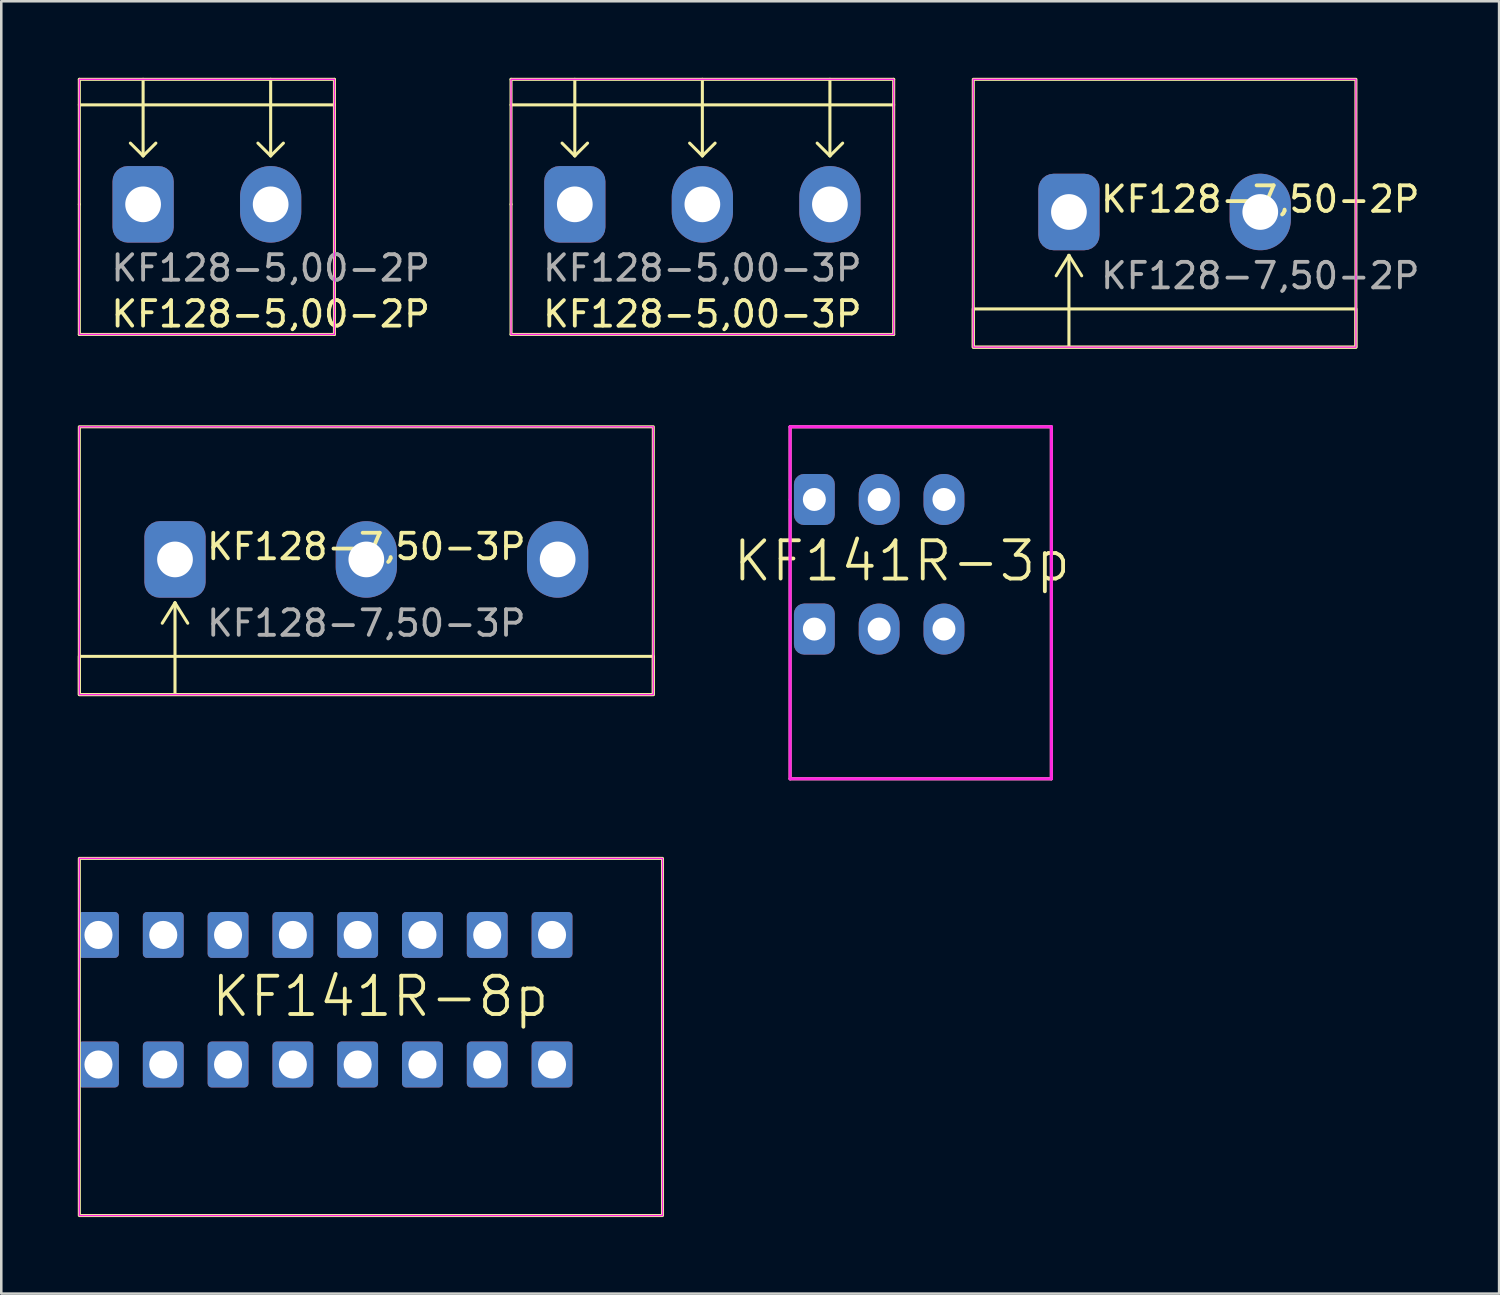
<source format=kicad_pcb>
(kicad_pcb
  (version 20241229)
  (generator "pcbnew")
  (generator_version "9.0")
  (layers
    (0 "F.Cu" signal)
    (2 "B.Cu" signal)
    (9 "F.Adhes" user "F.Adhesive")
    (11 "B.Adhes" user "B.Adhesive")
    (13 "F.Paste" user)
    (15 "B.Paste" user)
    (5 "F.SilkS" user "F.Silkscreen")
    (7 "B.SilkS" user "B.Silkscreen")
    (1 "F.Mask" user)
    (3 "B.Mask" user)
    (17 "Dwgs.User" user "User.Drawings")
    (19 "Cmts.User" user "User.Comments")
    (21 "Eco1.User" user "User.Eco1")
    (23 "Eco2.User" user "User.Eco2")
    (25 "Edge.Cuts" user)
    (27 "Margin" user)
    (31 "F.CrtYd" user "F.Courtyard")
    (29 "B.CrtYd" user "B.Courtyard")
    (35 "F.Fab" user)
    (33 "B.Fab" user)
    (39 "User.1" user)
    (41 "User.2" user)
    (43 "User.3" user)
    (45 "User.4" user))
  (footprint "KF128-7,50-3P"
    (layer "F.Cu")
    (at 11.31 18.88)
    (property "Reference" "KF128-7,50-3P" (at 0 -0.5 0) (unlocked yes) (layer "F.SilkS") (effects (font (size 1 1) (thickness 0.15))))
    (attr through_hole)
    (fp_line (start -7.5 1.7) (end -8 2.5) (stroke (width 0.12) (type solid)) (layer "F.SilkS"))
    (fp_line (start -7.5 1.7) (end -7 2.5) (stroke (width 0.12) (type solid)) (layer "F.SilkS"))
    (fp_line (start -7.5 5.25) (end -7.5 1.7) (stroke (width 0.12) (type solid)) (layer "F.SilkS"))
    (fp_rect (start -11.25 5.3) (end 11.25 3.8) (stroke (width 0.12) (type solid)) (fill no) (layer "F.SilkS"))
    (fp_rect (start 11.25 -5.2) (end -11.25 5.3) (stroke (width 0.12) (type solid)) (fill no) (layer "F.SilkS"))
    (fp_rect (start -11.25 -5.2) (end 11.25 5.3) (stroke (width 0.05) (type solid)) (fill no) (layer "F.CrtYd"))
    (fp_text user "${REFERENCE}" (at 0 2.5 0) (unlocked yes) (layer "F.Fab") (effects (font (size 1 1) (thickness 0.15))))
    (pad "1" thru_hole roundrect (at -7.5 0) (size 2.4 3) (drill 1.4) (layers "*.Cu" "*.Mask") (roundrect_rratio 0.25))
    (pad "2" thru_hole oval (at 0 0) (size 2.4 3) (drill 1.4) (layers "*.Cu" "*.Mask"))
    (pad "3" thru_hole oval (at 7.5 0) (size 2.4 3) (drill 1.4) (layers "*.Cu" "*.Mask")))
  (footprint "KF128-5,00-2P"
    (layer "F.Cu")
    (at 5.06 4.96)
    (property "Reference" "KF128-5,00-2P" (at 2.5 4.3 0) (unlocked yes) (layer "F.SilkS") (effects (font (size 1 1) (thickness 0.15))))
    (attr through_hole)
    (fp_line (start -5 -4.9) (end 5 -4.9) (stroke (width 0.12) (type solid)) (layer "F.SilkS"))
    (fp_line (start -5 -3.9) (end 5 -3.9) (stroke (width 0.12) (type solid)) (layer "F.SilkS"))
    (fp_line (start -5 0) (end -5 -4.9) (stroke (width 0.12) (type solid)) (layer "F.SilkS"))
    (fp_line (start -5 5.1) (end -5 0) (stroke (width 0.12) (type solid)) (layer "F.SilkS"))
    (fp_line (start -2.5 -4.9) (end -2.5 -1.9) (stroke (width 0.12) (type solid)) (layer "F.SilkS"))
    (fp_line (start -2.5 -1.9) (end -3 -2.4) (stroke (width 0.12) (type solid)) (layer "F.SilkS"))
    (fp_line (start -2.5 -1.9) (end -2 -2.4) (stroke (width 0.12) (type solid)) (layer "F.SilkS"))
    (fp_line (start 2.5 -4.9) (end 2.5 -1.9) (stroke (width 0.12) (type solid)) (layer "F.SilkS"))
    (fp_line (start 2.5 -1.9) (end 2 -2.4) (stroke (width 0.12) (type solid)) (layer "F.SilkS"))
    (fp_line (start 2.5 -1.9) (end 3 -2.4) (stroke (width 0.12) (type solid)) (layer "F.SilkS"))
    (fp_line (start 5 -4.9) (end 5 5.1) (stroke (width 0.12) (type solid)) (layer "F.SilkS"))
    (fp_line (start 5 5.1) (end -5 5.1) (stroke (width 0.12) (type solid)) (layer "F.SilkS"))
    (fp_rect (start -5 -4.9) (end 5 5.1) (stroke (width 0.05) (type solid)) (fill no) (layer "F.CrtYd"))
    (fp_text user "${REFERENCE}" (at 2.5 2.5 0) (unlocked yes) (layer "F.Fab") (effects (font (size 1 1) (thickness 0.15))))
    (pad "1" thru_hole roundrect (at -2.5 0) (size 2.4 3) (drill 1.4) (layers "*.Cu" "*.Mask") (roundrect_rratio 0.25))
    (pad "2" thru_hole oval (at 2.5 0) (size 2.4 3) (drill 1.4) (layers "*.Cu" "*.Mask")))
  (footprint "KF141R-8p"
    (layer "F.Cu")
    (at 9.7 36.14)
    (property "Reference" "KF141R-8p" (at 2.159 -0.127 0) (layer "F.SilkS") (effects (font (size 1.5 1.5) (thickness 0.15))))
    (attr through_hole)
    (fp_rect (start 13.22 8.46) (end -9.64 -5.54) (stroke (width 0.12) (type solid)) (fill no) (layer "F.SilkS"))
    (fp_rect (start -9.64 -5.54) (end 13.22 8.46) (stroke (width 0.05) (type solid)) (fill no) (layer "F.CrtYd"))
    (pad "1" thru_hole roundrect (at -8.89 -2.54) (size 1.6 1.8) (drill 1.1) (layers "*.Cu" "*.Mask") (roundrect_rratio 0.1))
    (pad "1" thru_hole roundrect (at -8.89 2.54) (size 1.6 1.8) (drill 1.1) (layers "*.Cu" "*.Mask") (roundrect_rratio 0.1))
    (pad "2" thru_hole roundrect (at -6.35 -2.54) (size 1.6 1.8) (drill 1.1) (layers "*.Cu" "*.Mask") (roundrect_rratio 0.1))
    (pad "2" thru_hole roundrect (at -6.35 2.54) (size 1.6 1.8) (drill 1.1) (layers "*.Cu" "*.Mask") (roundrect_rratio 0.1))
    (pad "3" thru_hole roundrect (at -3.81 -2.54) (size 1.6 1.8) (drill 1.1) (layers "*.Cu" "*.Mask") (roundrect_rratio 0.1))
    (pad "3" thru_hole roundrect (at -3.81 2.54) (size 1.6 1.8) (drill 1.1) (layers "*.Cu" "*.Mask") (roundrect_rratio 0.1))
    (pad "4" thru_hole roundrect (at -1.27 -2.54) (size 1.6 1.8) (drill 1.1) (layers "*.Cu" "*.Mask") (roundrect_rratio 0.1))
    (pad "4" thru_hole roundrect (at -1.27 2.54) (size 1.6 1.8) (drill 1.1) (layers "*.Cu" "*.Mask") (roundrect_rratio 0.1))
    (pad "5" thru_hole roundrect (at 1.27 -2.54) (size 1.6 1.8) (drill 1.1) (layers "*.Cu" "*.Mask") (roundrect_rratio 0.1))
    (pad "5" thru_hole roundrect (at 1.27 2.54) (size 1.6 1.8) (drill 1.1) (layers "*.Cu" "*.Mask") (roundrect_rratio 0.1))
    (pad "6" thru_hole roundrect (at 3.81 -2.54) (size 1.6 1.8) (drill 1.1) (layers "*.Cu" "*.Mask") (roundrect_rratio 0.1))
    (pad "6" thru_hole roundrect (at 3.81 2.54) (size 1.6 1.8) (drill 1.1) (layers "*.Cu" "*.Mask") (roundrect_rratio 0.1))
    (pad "7" thru_hole roundrect (at 6.35 -2.54) (size 1.6 1.8) (drill 1.1) (layers "*.Cu" "*.Mask") (roundrect_rratio 0.1))
    (pad "7" thru_hole roundrect (at 6.35 2.54) (size 1.6 1.8) (drill 1.1) (layers "*.Cu" "*.Mask") (roundrect_rratio 0.1))
    (pad "8" thru_hole roundrect (at 8.89 -2.54) (size 1.6 1.8) (drill 1.1) (layers "*.Cu" "*.Mask") (roundrect_rratio 0.1))
    (pad "8" thru_hole roundrect (at 8.89 2.54) (size 1.6 1.8) (drill 1.1) (layers "*.Cu" "*.Mask") (roundrect_rratio 0.1)))
  (footprint "KF128-5,00-3P"
    (layer "F.Cu")
    (at 24.483 4.96)
    (property "Reference" "KF128-5,00-3P" (at 0 4.3 0) (unlocked yes) (layer "F.SilkS") (effects (font (size 1 1) (thickness 0.15))))
    (attr through_hole)
    (fp_line (start -7.5 -4.9) (end 7.5 -4.9) (stroke (width 0.12) (type solid)) (layer "F.SilkS"))
    (fp_line (start -7.5 -3.9) (end 7.5 -3.9) (stroke (width 0.12) (type solid)) (layer "F.SilkS"))
    (fp_line (start -7.5 0) (end -7.5 -4.9) (stroke (width 0.12) (type solid)) (layer "F.SilkS"))
    (fp_line (start -7.5 5.1) (end -7.5 0) (stroke (width 0.12) (type solid)) (layer "F.SilkS"))
    (fp_line (start -5 -4.9) (end -5 -1.9) (stroke (width 0.12) (type solid)) (layer "F.SilkS"))
    (fp_line (start -5 -1.9) (end -5.5 -2.4) (stroke (width 0.12) (type solid)) (layer "F.SilkS"))
    (fp_line (start -5 -1.9) (end -4.5 -2.4) (stroke (width 0.12) (type solid)) (layer "F.SilkS"))
    (fp_line (start 0 -4.9) (end 0 -1.9) (stroke (width 0.12) (type solid)) (layer "F.SilkS"))
    (fp_line (start 0 -1.9) (end -0.5 -2.4) (stroke (width 0.12) (type solid)) (layer "F.SilkS"))
    (fp_line (start 0 -1.9) (end 0.5 -2.4) (stroke (width 0.12) (type solid)) (layer "F.SilkS"))
    (fp_line (start 5 -4.9) (end 5 -1.9) (stroke (width 0.12) (type solid)) (layer "F.SilkS"))
    (fp_line (start 5 -1.9) (end 4.5 -2.4) (stroke (width 0.12) (type solid)) (layer "F.SilkS"))
    (fp_line (start 5 -1.9) (end 5.5 -2.4) (stroke (width 0.12) (type solid)) (layer "F.SilkS"))
    (fp_line (start 7.5 -4.9) (end 7.5 5.1) (stroke (width 0.12) (type solid)) (layer "F.SilkS"))
    (fp_line (start 7.5 5.1) (end -7.5 5.1) (stroke (width 0.12) (type solid)) (layer "F.SilkS"))
    (fp_rect (start -7.5 -4.9) (end 7.5 5.1) (stroke (width 0.05) (type solid)) (fill no) (layer "F.CrtYd"))
    (fp_text user "${REFERENCE}" (at 0 2.5 0) (unlocked yes) (layer "F.Fab") (effects (font (size 1 1) (thickness 0.15))))
    (pad "1" thru_hole roundrect (at -5 0) (size 2.4 3) (drill 1.4) (layers "*.Cu" "*.Mask") (roundrect_rratio 0.25))
    (pad "2" thru_hole oval (at 0 0) (size 2.4 3) (drill 1.4) (layers "*.Cu" "*.Mask"))
    (pad "3" thru_hole oval (at 5 0) (size 2.4 3) (drill 1.4) (layers "*.Cu" "*.Mask")))
  (footprint "KF128-7,50-2P"
    (layer "F.Cu")
    (at 38.853 5.26)
    (property "Reference" "KF128-7,50-2P" (at 7.5 -0.5 0) (unlocked yes) (layer "F.SilkS") (effects (font (size 1 1) (thickness 0.15))))
    (attr through_hole)
    (fp_line (start 0 1.7) (end -0.5 2.5) (stroke (width 0.12) (type solid)) (layer "F.SilkS"))
    (fp_line (start 0 1.7) (end 0.5 2.5) (stroke (width 0.12) (type solid)) (layer "F.SilkS"))
    (fp_line (start 0 5.25) (end 0 1.7) (stroke (width 0.12) (type solid)) (layer "F.SilkS"))
    (fp_rect (start -3.75 5.3) (end 11.25 3.8) (stroke (width 0.12) (type solid)) (fill no) (layer "F.SilkS"))
    (fp_rect (start 11.25 -5.2) (end -3.75 5.3) (stroke (width 0.12) (type solid)) (fill no) (layer "F.SilkS"))
    (fp_rect (start -3.75 -5.2) (end 11.25 5.3) (stroke (width 0.05) (type solid)) (fill no) (layer "F.CrtYd"))
    (fp_text user "${REFERENCE}" (at 7.5 2.5 0) (unlocked yes) (layer "F.Fab") (effects (font (size 1 1) (thickness 0.15))))
    (pad "1" thru_hole roundrect (at 0 0) (size 2.4 3) (drill 1.4) (layers "*.Cu" "*.Mask") (roundrect_rratio 0.25))
    (pad "2" thru_hole oval (at 7.5 0) (size 2.4 3) (drill 1.4) (layers "*.Cu" "*.Mask")))
  (footprint "KF141R-3p"
    (layer "F.Cu")
    (at 28.873 16.53)
    (property "Reference" "KF141R-3p" (at 3.429 2.413 0) (layer "F.SilkS") (effects (font (size 1.5 1.5) (thickness 0.15))))
    (attr through_hole)
    (fp_line (start -0.95 -2.85) (end 9.29 -2.85) (stroke (width 0.12) (type solid)) (layer "F.SilkS"))
    (fp_line (start -0.95 10.95) (end -0.95 -2.85) (stroke (width 0.12) (type solid)) (layer "F.SilkS"))
    (fp_line (start 9.29 -2.85) (end 9.29 10.95) (stroke (width 0.12) (type solid)) (layer "F.SilkS"))
    (fp_line (start 9.29 10.95) (end -0.95 10.95) (stroke (width 0.12) (type solid)) (layer "F.SilkS"))
    (fp_line (start -0.95 -2.85) (end 9.29 -2.85) (stroke (width 0.12) (type solid)) (layer "F.CrtYd"))
    (fp_line (start -0.95 0) (end -0.95 -2.85) (stroke (width 0.12) (type solid)) (layer "F.CrtYd"))
    (fp_line (start -0.95 10.95) (end -0.95 0) (stroke (width 0.12) (type solid)) (layer "F.CrtYd"))
    (fp_line (start 9.29 -2.85) (end 9.29 10.95) (stroke (width 0.12) (type solid)) (layer "F.CrtYd"))
    (fp_line (start 9.29 10.95) (end -0.95 10.95) (stroke (width 0.12) (type solid)) (layer "F.CrtYd"))
    (pad "1" thru_hole roundrect (at 0 0) (size 1.6 2) (drill 0.9) (layers "*.Cu" "*.Mask") (roundrect_rratio 0.25))
    (pad "1" thru_hole roundrect (at 0 5.08) (size 1.6 2) (drill 0.9) (layers "*.Cu" "*.Mask") (roundrect_rratio 0.25))
    (pad "2" thru_hole oval (at 2.54 0) (size 1.6 2) (drill 0.9) (layers "*.Cu" "*.Mask"))
    (pad "2" thru_hole oval (at 2.54 5.08) (size 1.6 2) (drill 0.9) (layers "*.Cu" "*.Mask"))
    (pad "3" thru_hole oval (at 5.08 0) (size 1.6 2) (drill 0.9) (layers "*.Cu" "*.Mask"))
    (pad "3" thru_hole oval (at 5.08 5.08) (size 1.6 2) (drill 0.9) (layers "*.Cu" "*.Mask")))
  (gr_rect
    (start -3 -3)
    (end 55.716 47.66)
    (stroke (width 0.1) (type default))
    (fill no)
    (layer "Edge.Cuts")))
</source>
